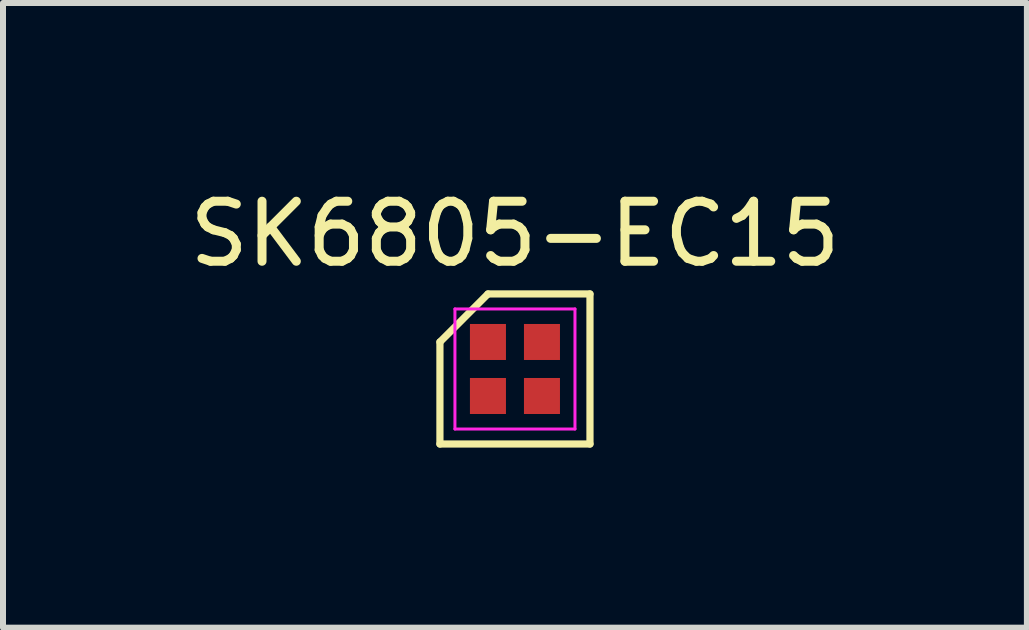
<source format=kicad_pcb>
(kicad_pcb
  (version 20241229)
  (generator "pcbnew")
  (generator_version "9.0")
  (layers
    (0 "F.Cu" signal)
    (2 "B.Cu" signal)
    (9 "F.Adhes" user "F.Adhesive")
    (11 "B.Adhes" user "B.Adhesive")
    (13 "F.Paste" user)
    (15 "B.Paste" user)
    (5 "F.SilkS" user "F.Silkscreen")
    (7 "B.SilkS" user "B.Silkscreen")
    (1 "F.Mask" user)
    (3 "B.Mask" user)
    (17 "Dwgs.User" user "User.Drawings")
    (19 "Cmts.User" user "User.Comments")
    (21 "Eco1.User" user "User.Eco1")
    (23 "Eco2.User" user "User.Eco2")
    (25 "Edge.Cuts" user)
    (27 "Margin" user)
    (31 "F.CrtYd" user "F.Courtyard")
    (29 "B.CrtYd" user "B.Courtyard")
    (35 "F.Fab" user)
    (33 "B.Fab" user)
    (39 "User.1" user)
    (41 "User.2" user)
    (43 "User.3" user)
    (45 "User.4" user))
  (footprint "SK6805-EC15"
    (layer "F.Cu")
    (at 5.53 3.098)
    (property "Reference" "SK6805-EC15" (at 0 -2.25 0) (layer "F.SilkS") (effects (font (size 1 1) (thickness 0.15))))
    (attr through_hole)
    (fp_line (start -1.25 -0.45) (end -0.45 -1.25) (stroke (width 0.12) (type default)) (layer "F.SilkS"))
    (fp_line (start -1.25 1.25) (end -1.25 -0.45) (stroke (width 0.12) (type default)) (layer "F.SilkS"))
    (fp_line (start -0.45 -1.25) (end 1.25 -1.25) (stroke (width 0.12) (type default)) (layer "F.SilkS"))
    (fp_line (start 1.25 -1.25) (end 1.25 1.25) (stroke (width 0.12) (type default)) (layer "F.SilkS"))
    (fp_line (start 1.25 1.25) (end -1.25 1.25) (stroke (width 0.12) (type default)) (layer "F.SilkS"))
    (fp_line (start -1 -1) (end 1 -1) (stroke (width 0.05) (type default)) (layer "F.CrtYd"))
    (fp_line (start -1 1) (end -1 -1) (stroke (width 0.05) (type default)) (layer "F.CrtYd"))
    (fp_line (start 1 -1) (end 1 1) (stroke (width 0.05) (type default)) (layer "F.CrtYd"))
    (fp_line (start 1 1) (end -1 1) (stroke (width 0.05) (type default)) (layer "F.CrtYd"))
    (pad "1" smd rect (at -0.45 0.45) (size 0.6 0.6) (layers "F.Cu" "F.Mask" "F.Paste"))
    (pad "2" smd rect (at 0.45 0.45) (size 0.6 0.6) (layers "F.Cu" "F.Mask" "F.Paste"))
    (pad "3" smd rect (at 0.45 -0.45) (size 0.6 0.6) (layers "F.Cu" "F.Mask" "F.Paste"))
    (pad "4" smd rect (at -0.45 -0.45) (size 0.6 0.6) (layers "F.Cu" "F.Mask" "F.Paste")))
  (gr_rect
    (start -3 -3)
    (end 14.06 7.408)
    (stroke (width 0.1) (type default))
    (fill no)
    (layer "Edge.Cuts")))
</source>
